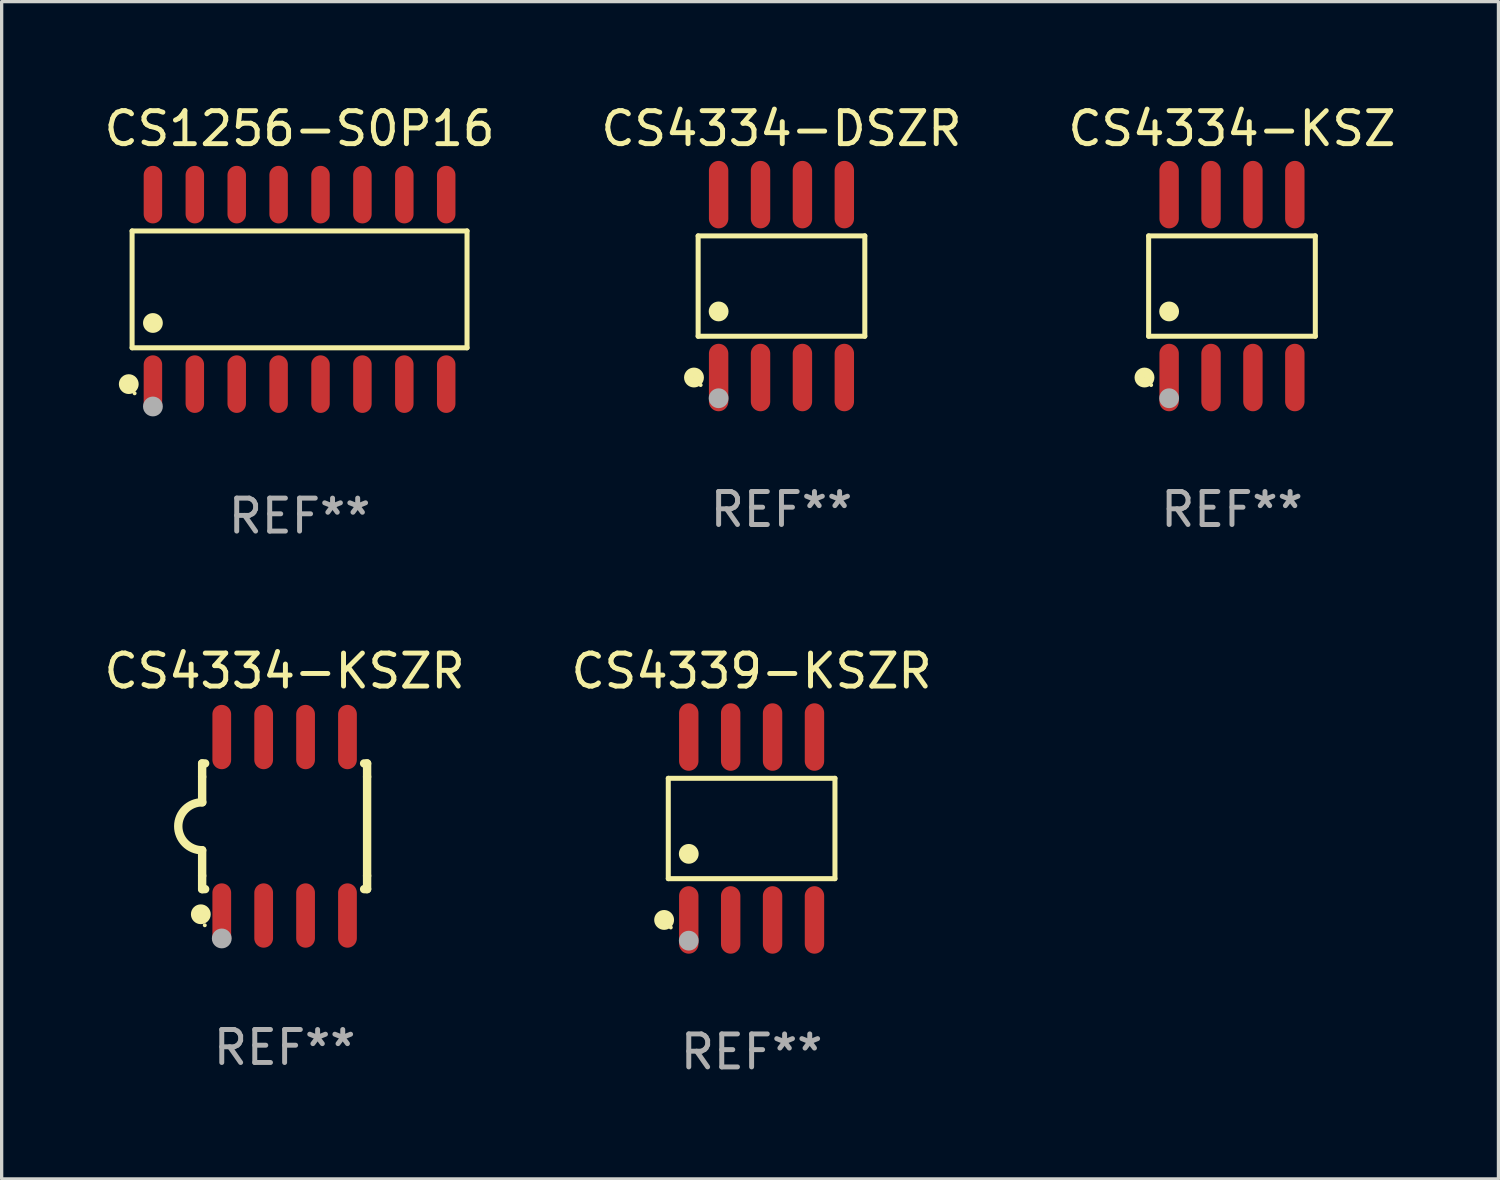
<source format=kicad_pcb>
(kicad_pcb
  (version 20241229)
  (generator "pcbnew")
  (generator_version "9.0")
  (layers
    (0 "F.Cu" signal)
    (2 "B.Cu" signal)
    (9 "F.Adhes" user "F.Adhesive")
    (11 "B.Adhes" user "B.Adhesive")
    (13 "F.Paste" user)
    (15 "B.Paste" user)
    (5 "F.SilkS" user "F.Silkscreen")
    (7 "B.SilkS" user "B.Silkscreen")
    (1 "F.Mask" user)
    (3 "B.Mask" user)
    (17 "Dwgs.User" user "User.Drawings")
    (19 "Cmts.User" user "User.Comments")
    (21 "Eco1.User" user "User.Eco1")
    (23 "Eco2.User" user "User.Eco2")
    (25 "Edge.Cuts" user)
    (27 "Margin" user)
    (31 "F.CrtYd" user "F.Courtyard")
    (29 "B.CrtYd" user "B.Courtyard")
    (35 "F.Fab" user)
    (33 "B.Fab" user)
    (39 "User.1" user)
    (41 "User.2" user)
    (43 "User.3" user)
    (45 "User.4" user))
  (footprint "CS4334-KSZ"
    (layer "F.Cu")
    (at 34.292 5.621)
    (property "Reference" "CS4334-KSZ" (at 0 -4.772 0) (layer "F.SilkS") (effects (font (size 1 1) (thickness 0.15))))
    (attr through_hole)
    (fp_line (start -2.526 -1.521) (end 2.526 -1.521) (stroke (width 0.152) (type solid)) (layer "F.SilkS"))
    (fp_line (start -2.526 1.521) (end -2.526 -1.521) (stroke (width 0.152) (type solid)) (layer "F.SilkS"))
    (fp_line (start 2.526 -1.521) (end 2.526 1.521) (stroke (width 0.152) (type solid)) (layer "F.SilkS"))
    (fp_line (start 2.526 1.521) (end -2.526 1.521) (stroke (width 0.152) (type solid)) (layer "F.SilkS"))
    (fp_circle (center -2.652 2.772) (end -2.501 2.772) (stroke (width 0.3) (type solid)) (fill no) (layer "F.SilkS"))
    (fp_circle (center -2.45 3) (end -2.42 3) (stroke (width 0.06) (type solid)) (fill no) (layer "F.SilkS"))
    (fp_circle (center -1.905 0.769) (end -1.755 0.769) (stroke (width 0.3) (type solid)) (fill no) (layer "F.SilkS"))
    (fp_circle (center -1.905 3.4) (end -1.755 3.4) (stroke (width 0.3) (type solid)) (fill no) (layer "F.Fab"))
    (fp_text user "REF**" (at 0 6.772 0) (layer "F.Fab") (effects (font (size 1 1) (thickness 0.15))))
    (pad "1" smd oval (at -1.905 2.772) (size 0.588 2.045) (layers "F.Cu" "F.Mask" "F.Paste"))
    (pad "2" smd oval (at -0.635 2.772) (size 0.588 2.045) (layers "F.Cu" "F.Mask" "F.Paste"))
    (pad "3" smd oval (at 0.635 2.772) (size 0.588 2.045) (layers "F.Cu" "F.Mask" "F.Paste"))
    (pad "4" smd oval (at 1.905 2.772) (size 0.588 2.045) (layers "F.Cu" "F.Mask" "F.Paste"))
    (pad "5" smd oval (at 1.905 -2.772) (size 0.588 2.045) (layers "F.Cu" "F.Mask" "F.Paste"))
    (pad "6" smd oval (at 0.635 -2.772) (size 0.588 2.045) (layers "F.Cu" "F.Mask" "F.Paste"))
    (pad "7" smd oval (at -0.635 -2.772) (size 0.588 2.045) (layers "F.Cu" "F.Mask" "F.Paste"))
    (pad "8" smd oval (at -1.905 -2.772) (size 0.588 2.045) (layers "F.Cu" "F.Mask" "F.Paste")))
  (footprint "CS4334-KSZR"
    (layer "F.Cu")
    (at 5.577 21.995)
    (property "Reference" "CS4334-KSZR" (at 0 -4.705 0) (layer "F.SilkS") (effects (font (size 1 1) (thickness 0.15))))
    (attr through_hole)
    (fp_line (start -2.5 -1.905) (end -2.409 -1.905) (stroke (width 0.254) (type solid)) (layer "F.SilkS"))
    (fp_line (start -2.5 -1.5) (end -2.5 -1.905) (stroke (width 0.254) (type solid)) (layer "F.SilkS"))
    (fp_line (start -2.5 -1.5) (end -2.5 -0.726) (stroke (width 0.254) (type solid)) (layer "F.SilkS"))
    (fp_line (start -2.5 1.5) (end -2.5 0.727) (stroke (width 0.254) (type solid)) (layer "F.SilkS"))
    (fp_line (start -2.5 1.5) (end -2.5 1.905) (stroke (width 0.254) (type solid)) (layer "F.SilkS"))
    (fp_line (start -2.5 1.905) (end -2.409 1.905) (stroke (width 0.254) (type solid)) (layer "F.SilkS"))
    (fp_line (start 2.5 -1.905) (end 2.409 -1.905) (stroke (width 0.254) (type solid)) (layer "F.SilkS"))
    (fp_line (start 2.5 -1.5) (end 2.5 -1.905) (stroke (width 0.254) (type solid)) (layer "F.SilkS"))
    (fp_line (start 2.5 -1.5) (end 2.5 1.5) (stroke (width 0.254) (type solid)) (layer "F.SilkS"))
    (fp_line (start 2.5 1.5) (end 2.5 1.905) (stroke (width 0.254) (type solid)) (layer "F.SilkS"))
    (fp_line (start 2.5 1.905) (end 2.409 1.905) (stroke (width 0.254) (type solid)) (layer "F.SilkS"))
    (fp_arc (start -2.5 0.726568) (mid -3.220316 -0.0023) (end -2.495097 -0.726289) (stroke (width 0.254001) (type solid)) (layer "F.SilkS"))
    (fp_circle (center -2.54 2.667) (end -2.39 2.667) (stroke (width 0.3) (type solid)) (fill no) (layer "F.SilkS"))
    (fp_circle (center -2.42 3) (end -2.39 3) (stroke (width 0.06) (type solid)) (fill no) (layer "F.SilkS"))
    (fp_circle (center -1.905 3.4) (end -1.755 3.4) (stroke (width 0.3) (type solid)) (fill no) (layer "F.Fab"))
    (fp_text user "REF**" (at 0 6.705 0) (layer "F.Fab") (effects (font (size 1 1) (thickness 0.15))))
    (pad "1" smd oval (at -1.905 2.705) (size 0.568 1.95) (layers "F.Cu" "F.Mask" "F.Paste"))
    (pad "2" smd oval (at -0.635 2.705) (size 0.568 1.95) (layers "F.Cu" "F.Mask" "F.Paste"))
    (pad "3" smd oval (at 0.635 2.705) (size 0.568 1.95) (layers "F.Cu" "F.Mask" "F.Paste"))
    (pad "4" smd oval (at 1.905 2.705) (size 0.568 1.95) (layers "F.Cu" "F.Mask" "F.Paste"))
    (pad "5" smd oval (at 1.905 -2.705) (size 0.568 1.95) (layers "F.Cu" "F.Mask" "F.Paste"))
    (pad "6" smd oval (at 0.635 -2.705) (size 0.568 1.95) (layers "F.Cu" "F.Mask" "F.Paste"))
    (pad "7" smd oval (at -0.635 -2.705) (size 0.568 1.95) (layers "F.Cu" "F.Mask" "F.Paste"))
    (pad "8" smd oval (at -1.905 -2.705) (size 0.568 1.95) (layers "F.Cu" "F.Mask" "F.Paste")))
  (footprint "CS4339-KSZR"
    (layer "F.Cu")
    (at 19.732 22.062)
    (property "Reference" "CS4339-KSZR" (at 0 -4.772 0) (layer "F.SilkS") (effects (font (size 1 1) (thickness 0.15))))
    (attr through_hole)
    (fp_line (start -2.526 -1.521) (end 2.526 -1.521) (stroke (width 0.152) (type solid)) (layer "F.SilkS"))
    (fp_line (start -2.526 1.521) (end -2.526 -1.521) (stroke (width 0.152) (type solid)) (layer "F.SilkS"))
    (fp_line (start 2.526 -1.521) (end 2.526 1.521) (stroke (width 0.152) (type solid)) (layer "F.SilkS"))
    (fp_line (start 2.526 1.521) (end -2.526 1.521) (stroke (width 0.152) (type solid)) (layer "F.SilkS"))
    (fp_circle (center -2.652 2.772) (end -2.501 2.772) (stroke (width 0.3) (type solid)) (fill no) (layer "F.SilkS"))
    (fp_circle (center -2.45 3) (end -2.42 3) (stroke (width 0.06) (type solid)) (fill no) (layer "F.SilkS"))
    (fp_circle (center -1.905 0.769) (end -1.755 0.769) (stroke (width 0.3) (type solid)) (fill no) (layer "F.SilkS"))
    (fp_circle (center -1.905 3.4) (end -1.755 3.4) (stroke (width 0.3) (type solid)) (fill no) (layer "F.Fab"))
    (fp_text user "REF**" (at 0 6.772 0) (layer "F.Fab") (effects (font (size 1 1) (thickness 0.15))))
    (pad "1" smd oval (at -1.905 2.772) (size 0.588 2.045) (layers "F.Cu" "F.Mask" "F.Paste"))
    (pad "2" smd oval (at -0.635 2.772) (size 0.588 2.045) (layers "F.Cu" "F.Mask" "F.Paste"))
    (pad "3" smd oval (at 0.635 2.772) (size 0.588 2.045) (layers "F.Cu" "F.Mask" "F.Paste"))
    (pad "4" smd oval (at 1.905 2.772) (size 0.588 2.045) (layers "F.Cu" "F.Mask" "F.Paste"))
    (pad "5" smd oval (at 1.905 -2.772) (size 0.588 2.045) (layers "F.Cu" "F.Mask" "F.Paste"))
    (pad "6" smd oval (at 0.635 -2.772) (size 0.588 2.045) (layers "F.Cu" "F.Mask" "F.Paste"))
    (pad "7" smd oval (at -0.635 -2.772) (size 0.588 2.045) (layers "F.Cu" "F.Mask" "F.Paste"))
    (pad "8" smd oval (at -1.905 -2.772) (size 0.588 2.045) (layers "F.Cu" "F.Mask" "F.Paste")))
  (footprint "CS4334-DSZR"
    (layer "F.Cu")
    (at 20.637 5.621)
    (property "Reference" "CS4334-DSZR" (at 0 -4.772 0) (layer "F.SilkS") (effects (font (size 1 1) (thickness 0.15))))
    (attr through_hole)
    (fp_line (start -2.526 -1.521) (end 2.526 -1.521) (stroke (width 0.152) (type solid)) (layer "F.SilkS"))
    (fp_line (start -2.526 1.521) (end -2.526 -1.521) (stroke (width 0.152) (type solid)) (layer "F.SilkS"))
    (fp_line (start 2.526 -1.521) (end 2.526 1.521) (stroke (width 0.152) (type solid)) (layer "F.SilkS"))
    (fp_line (start 2.526 1.521) (end -2.526 1.521) (stroke (width 0.152) (type solid)) (layer "F.SilkS"))
    (fp_circle (center -2.652 2.772) (end -2.501 2.772) (stroke (width 0.3) (type solid)) (fill no) (layer "F.SilkS"))
    (fp_circle (center -2.45 3) (end -2.42 3) (stroke (width 0.06) (type solid)) (fill no) (layer "F.SilkS"))
    (fp_circle (center -1.905 0.769) (end -1.755 0.769) (stroke (width 0.3) (type solid)) (fill no) (layer "F.SilkS"))
    (fp_circle (center -1.905 3.4) (end -1.755 3.4) (stroke (width 0.3) (type solid)) (fill no) (layer "F.Fab"))
    (fp_text user "REF**" (at 0 6.772 0) (layer "F.Fab") (effects (font (size 1 1) (thickness 0.15))))
    (pad "1" smd oval (at -1.905 2.772) (size 0.588 2.045) (layers "F.Cu" "F.Mask" "F.Paste"))
    (pad "2" smd oval (at -0.635 2.772) (size 0.588 2.045) (layers "F.Cu" "F.Mask" "F.Paste"))
    (pad "3" smd oval (at 0.635 2.772) (size 0.588 2.045) (layers "F.Cu" "F.Mask" "F.Paste"))
    (pad "4" smd oval (at 1.905 2.772) (size 0.588 2.045) (layers "F.Cu" "F.Mask" "F.Paste"))
    (pad "5" smd oval (at 1.905 -2.772) (size 0.588 2.045) (layers "F.Cu" "F.Mask" "F.Paste"))
    (pad "6" smd oval (at 0.635 -2.772) (size 0.588 2.045) (layers "F.Cu" "F.Mask" "F.Paste"))
    (pad "7" smd oval (at -0.635 -2.772) (size 0.588 2.045) (layers "F.Cu" "F.Mask" "F.Paste"))
    (pad "8" smd oval (at -1.905 -2.772) (size 0.588 2.045) (layers "F.Cu" "F.Mask" "F.Paste")))
  (footprint "CS1256-S0P16"
    (layer "F.Cu")
    (at 6.03 5.721)
    (property "Reference" "CS1256-S0P16" (at 0 -4.872 0) (layer "F.SilkS") (effects (font (size 1 1) (thickness 0.15))))
    (attr through_hole)
    (fp_line (start -5.076 -1.771) (end 5.076 -1.771) (stroke (width 0.152) (type solid)) (layer "F.SilkS"))
    (fp_line (start -5.076 1.771) (end -5.076 -1.771) (stroke (width 0.152) (type solid)) (layer "F.SilkS"))
    (fp_line (start 5.076 -1.771) (end 5.076 1.771) (stroke (width 0.152) (type solid)) (layer "F.SilkS"))
    (fp_line (start 5.076 1.771) (end -5.076 1.771) (stroke (width 0.152) (type solid)) (layer "F.SilkS"))
    (fp_circle (center -5.177 2.872) (end -5.027 2.872) (stroke (width 0.3) (type solid)) (fill no) (layer "F.SilkS"))
    (fp_circle (center -5 3.15) (end -4.97 3.15) (stroke (width 0.06) (type solid)) (fill no) (layer "F.SilkS"))
    (fp_circle (center -4.445 1.019) (end -4.295 1.019) (stroke (width 0.3) (type solid)) (fill no) (layer "F.SilkS"))
    (fp_circle (center -4.445 3.55) (end -4.295 3.55) (stroke (width 0.3) (type solid)) (fill no) (layer "F.Fab"))
    (fp_text user "REF**" (at 0 6.872 0) (layer "F.Fab") (effects (font (size 1 1) (thickness 0.15))))
    (pad "1" smd oval (at -4.445 2.872) (size 0.56 1.745) (layers "F.Cu" "F.Mask" "F.Paste"))
    (pad "2" smd oval (at -3.175 2.872) (size 0.56 1.745) (layers "F.Cu" "F.Mask" "F.Paste"))
    (pad "3" smd oval (at -1.905 2.872) (size 0.56 1.745) (layers "F.Cu" "F.Mask" "F.Paste"))
    (pad "4" smd oval (at -0.635 2.872) (size 0.56 1.745) (layers "F.Cu" "F.Mask" "F.Paste"))
    (pad "5" smd oval (at 0.635 2.872) (size 0.56 1.745) (layers "F.Cu" "F.Mask" "F.Paste"))
    (pad "6" smd oval (at 1.905 2.872) (size 0.56 1.745) (layers "F.Cu" "F.Mask" "F.Paste"))
    (pad "7" smd oval (at 3.175 2.872) (size 0.56 1.745) (layers "F.Cu" "F.Mask" "F.Paste"))
    (pad "8" smd oval (at 4.445 2.872) (size 0.56 1.745) (layers "F.Cu" "F.Mask" "F.Paste"))
    (pad "9" smd oval (at 4.445 -2.872) (size 0.56 1.745) (layers "F.Cu" "F.Mask" "F.Paste"))
    (pad "10" smd oval (at 3.175 -2.872) (size 0.56 1.745) (layers "F.Cu" "F.Mask" "F.Paste"))
    (pad "11" smd oval (at 1.905 -2.872) (size 0.56 1.745) (layers "F.Cu" "F.Mask" "F.Paste"))
    (pad "12" smd oval (at 0.635 -2.872) (size 0.56 1.745) (layers "F.Cu" "F.Mask" "F.Paste"))
    (pad "13" smd oval (at -0.635 -2.872) (size 0.56 1.745) (layers "F.Cu" "F.Mask" "F.Paste"))
    (pad "14" smd oval (at -1.905 -2.872) (size 0.56 1.745) (layers "F.Cu" "F.Mask" "F.Paste"))
    (pad "15" smd oval (at -3.175 -2.872) (size 0.56 1.745) (layers "F.Cu" "F.Mask" "F.Paste"))
    (pad "16" smd oval (at -4.445 -2.872) (size 0.56 1.745) (layers "F.Cu" "F.Mask" "F.Paste")))
  (gr_rect
    (start -3 -3)
    (end 42.369 32.683)
    (stroke (width 0.1) (type default))
    (fill no)
    (layer "Edge.Cuts")))
</source>
